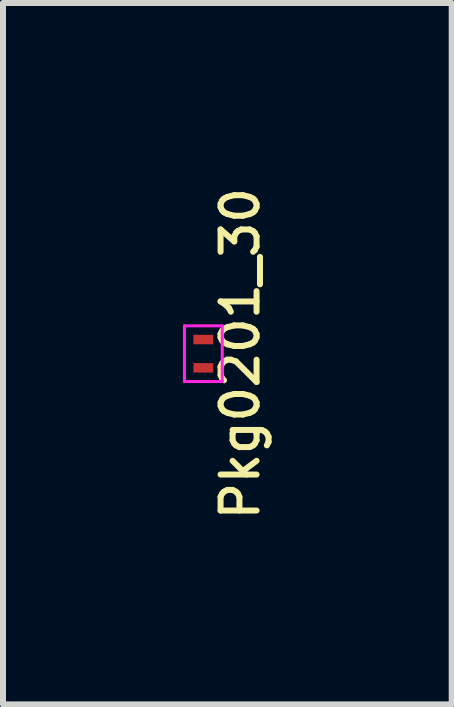
<source format=kicad_pcb>
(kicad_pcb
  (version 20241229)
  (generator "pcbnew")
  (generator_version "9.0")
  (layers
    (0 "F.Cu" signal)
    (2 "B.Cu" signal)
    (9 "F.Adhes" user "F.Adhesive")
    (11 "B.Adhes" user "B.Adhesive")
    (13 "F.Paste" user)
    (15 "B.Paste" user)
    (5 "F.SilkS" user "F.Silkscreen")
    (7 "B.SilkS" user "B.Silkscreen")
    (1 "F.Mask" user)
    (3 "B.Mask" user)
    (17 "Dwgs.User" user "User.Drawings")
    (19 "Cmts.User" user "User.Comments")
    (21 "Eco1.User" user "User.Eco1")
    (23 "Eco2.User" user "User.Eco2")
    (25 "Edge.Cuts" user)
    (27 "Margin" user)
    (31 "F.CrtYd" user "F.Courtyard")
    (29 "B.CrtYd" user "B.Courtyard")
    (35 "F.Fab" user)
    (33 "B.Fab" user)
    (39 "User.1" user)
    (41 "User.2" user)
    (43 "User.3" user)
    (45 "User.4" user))
  (footprint "Pkg0201_30"
    (layer "F.Cu")
    (at 0.34 2.847)
    (property "Reference" "Pkg0201_30" (at 0.615 0 90) (layer "F.SilkS") (effects (font (size 0.6 0.6) (thickness 0.1))))
    (fp_line (start -0.315 -0.465) (end -0.315 0.465) (stroke (width 0.05) (type solid)) (layer "F.CrtYd"))
    (fp_line (start -0.315 0.465) (end 0.315 0.465) (stroke (width 0.05) (type solid)) (layer "F.CrtYd"))
    (fp_line (start 0.315 -0.465) (end -0.315 -0.465) (stroke (width 0.05) (type solid)) (layer "F.CrtYd"))
    (fp_line (start 0.315 0.465) (end 0.315 -0.465) (stroke (width 0.05) (type solid)) (layer "F.CrtYd"))
    (pad "1" smd rect (at 0 -0.236) (size 0.33 0.158) (layers "F.Cu" "F.Mask" "F.Paste"))
    (pad "2" smd rect (at 0 0.236) (size 0.33 0.158) (layers "F.Cu" "F.Mask" "F.Paste")))
  (gr_rect
    (start -3 -3)
    (end 4.481 8.694)
    (stroke (width 0.1) (type default))
    (fill no)
    (layer "Edge.Cuts")))
</source>
